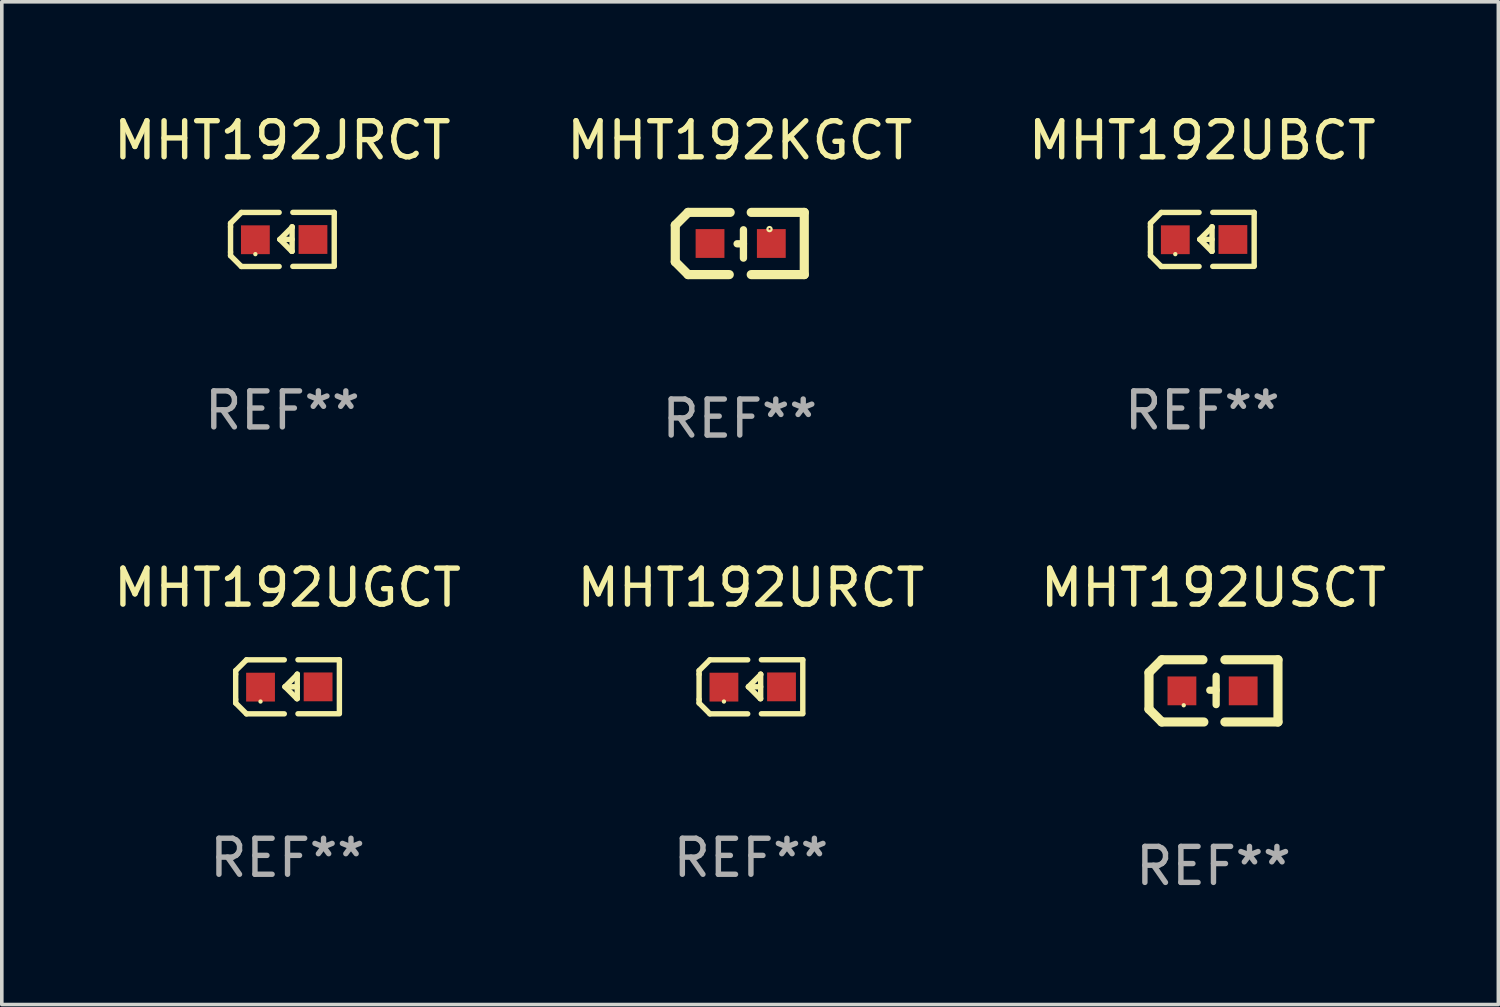
<source format=kicad_pcb>
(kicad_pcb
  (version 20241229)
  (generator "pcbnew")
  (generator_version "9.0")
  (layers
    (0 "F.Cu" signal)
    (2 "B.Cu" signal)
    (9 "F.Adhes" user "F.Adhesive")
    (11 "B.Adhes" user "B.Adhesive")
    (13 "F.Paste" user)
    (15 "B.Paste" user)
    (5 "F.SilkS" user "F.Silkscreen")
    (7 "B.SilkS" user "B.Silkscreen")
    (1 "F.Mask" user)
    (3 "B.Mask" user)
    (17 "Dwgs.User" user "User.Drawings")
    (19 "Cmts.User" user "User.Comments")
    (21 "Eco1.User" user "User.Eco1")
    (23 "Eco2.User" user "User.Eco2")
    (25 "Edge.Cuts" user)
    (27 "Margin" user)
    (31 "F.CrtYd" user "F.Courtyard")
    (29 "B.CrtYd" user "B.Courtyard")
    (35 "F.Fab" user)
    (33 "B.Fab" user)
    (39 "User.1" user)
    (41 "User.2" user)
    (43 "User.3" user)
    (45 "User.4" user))
  (footprint "MHT192UBCT"
    (layer "F.Cu")
    (at 30.339 3.599)
    (property "Reference" "MHT192UBCT" (at 0 -2.751 0) (layer "F.SilkS") (effects (font (size 1 1) (thickness 0.15))))
    (attr through_hole)
    (fp_line (start -1.44 -0.449) (end -1.14 -0.749) (stroke (width 0.15) (type solid)) (layer "F.SilkS"))
    (fp_line (start -1.44 -0.349) (end -1.44 -0.449) (stroke (width 0.15) (type solid)) (layer "F.SilkS"))
    (fp_line (start -1.44 -0.349) (end -1.44 0.351) (stroke (width 0.15) (type solid)) (layer "F.SilkS"))
    (fp_line (start -1.44 0.351) (end -1.44 0.451) (stroke (width 0.15) (type solid)) (layer "F.SilkS"))
    (fp_line (start -1.44 0.451) (end -1.14 0.751) (stroke (width 0.15) (type solid)) (layer "F.SilkS"))
    (fp_line (start -0.09 -0.749) (end -1.14 -0.749) (stroke (width 0.15) (type solid)) (layer "F.SilkS"))
    (fp_line (start -0.09 0.751) (end -1.14 0.751) (stroke (width 0.15) (type solid)) (layer "F.SilkS"))
    (fp_line (start 0.26 0.329) (end -0.07 -0.001) (stroke (width 0.15) (type solid)) (layer "F.SilkS"))
    (fp_line (start 0.27 -0.351) (end 0.27 -0.341) (stroke (width 0.15) (type solid)) (layer "F.SilkS"))
    (fp_line (start 0.27 -0.351) (end 0.27 0.329) (stroke (width 0.15) (type solid)) (layer "F.SilkS"))
    (fp_line (start 0.27 -0.341) (end -0.07 -0.001) (stroke (width 0.15) (type solid)) (layer "F.SilkS"))
    (fp_line (start 0.27 -0.001) (end -0.07 -0.001) (stroke (width 0.15) (type solid)) (layer "F.SilkS"))
    (fp_line (start 0.27 0.329) (end 0.26 0.329) (stroke (width 0.15) (type solid)) (layer "F.SilkS"))
    (fp_line (start 0.29 -0.751) (end 1.44 -0.751) (stroke (width 0.15) (type solid)) (layer "F.SilkS"))
    (fp_line (start 0.29 0.749) (end 1.44 0.749) (stroke (width 0.15) (type solid)) (layer "F.SilkS"))
    (fp_line (start 1.44 -0.751) (end 1.44 0.729) (stroke (width 0.15) (type solid)) (layer "F.SilkS"))
    (fp_circle (center -0.75 0.409) (end -0.72 0.409) (stroke (width 0.06) (type solid)) (fill no) (layer "F.SilkS"))
    (fp_text user "REF**" (at 0 4.751 0) (layer "F.Fab") (effects (font (size 1 1) (thickness 0.15))))
    (pad "1" smd rect (at -0.75 0.009 90) (size 0.8 0.8) (layers "F.Cu" "F.Mask" "F.Paste"))
    (pad "2" smd rect (at 0.849 0.002 90) (size 0.8 0.8) (layers "F.Cu" "F.Mask" "F.Paste")))
  (footprint "MHT192URCT"
    (layer "F.Cu")
    (at 17.804 16.023)
    (property "Reference" "MHT192URCT" (at 0 -2.751 0) (layer "F.SilkS") (effects (font (size 1 1) (thickness 0.15))))
    (attr through_hole)
    (fp_line (start -1.44 -0.449) (end -1.14 -0.749) (stroke (width 0.15) (type solid)) (layer "F.SilkS"))
    (fp_line (start -1.44 -0.349) (end -1.44 -0.449) (stroke (width 0.15) (type solid)) (layer "F.SilkS"))
    (fp_line (start -1.44 -0.349) (end -1.44 0.351) (stroke (width 0.15) (type solid)) (layer "F.SilkS"))
    (fp_line (start -1.44 0.351) (end -1.44 0.451) (stroke (width 0.15) (type solid)) (layer "F.SilkS"))
    (fp_line (start -1.44 0.451) (end -1.14 0.751) (stroke (width 0.15) (type solid)) (layer "F.SilkS"))
    (fp_line (start -0.09 -0.749) (end -1.14 -0.749) (stroke (width 0.15) (type solid)) (layer "F.SilkS"))
    (fp_line (start -0.09 0.751) (end -1.14 0.751) (stroke (width 0.15) (type solid)) (layer "F.SilkS"))
    (fp_line (start 0.26 0.329) (end -0.07 -0.001) (stroke (width 0.15) (type solid)) (layer "F.SilkS"))
    (fp_line (start 0.27 -0.351) (end 0.27 -0.341) (stroke (width 0.15) (type solid)) (layer "F.SilkS"))
    (fp_line (start 0.27 -0.351) (end 0.27 0.329) (stroke (width 0.15) (type solid)) (layer "F.SilkS"))
    (fp_line (start 0.27 -0.341) (end -0.07 -0.001) (stroke (width 0.15) (type solid)) (layer "F.SilkS"))
    (fp_line (start 0.27 -0.001) (end -0.07 -0.001) (stroke (width 0.15) (type solid)) (layer "F.SilkS"))
    (fp_line (start 0.27 0.329) (end 0.26 0.329) (stroke (width 0.15) (type solid)) (layer "F.SilkS"))
    (fp_line (start 0.29 -0.751) (end 1.44 -0.751) (stroke (width 0.15) (type solid)) (layer "F.SilkS"))
    (fp_line (start 0.29 0.749) (end 1.44 0.749) (stroke (width 0.15) (type solid)) (layer "F.SilkS"))
    (fp_line (start 1.44 -0.751) (end 1.44 0.729) (stroke (width 0.15) (type solid)) (layer "F.SilkS"))
    (fp_circle (center -0.75 0.409) (end -0.72 0.409) (stroke (width 0.06) (type solid)) (fill no) (layer "F.SilkS"))
    (fp_text user "REF**" (at 0 4.751 0) (layer "F.Fab") (effects (font (size 1 1) (thickness 0.15))))
    (pad "1" smd rect (at -0.75 0.009 90) (size 0.8 0.8) (layers "F.Cu" "F.Mask" "F.Paste"))
    (pad "2" smd rect (at 0.849 0.002 90) (size 0.8 0.8) (layers "F.Cu" "F.Mask" "F.Paste")))
  (footprint "MHT192UGCT"
    (layer "F.Cu")
    (at 4.935 16.023)
    (property "Reference" "MHT192UGCT" (at 0 -2.751 0) (layer "F.SilkS") (effects (font (size 1 1) (thickness 0.15))))
    (attr through_hole)
    (fp_line (start -1.44 -0.449) (end -1.14 -0.749) (stroke (width 0.15) (type solid)) (layer "F.SilkS"))
    (fp_line (start -1.44 -0.349) (end -1.44 -0.449) (stroke (width 0.15) (type solid)) (layer "F.SilkS"))
    (fp_line (start -1.44 -0.349) (end -1.44 0.351) (stroke (width 0.15) (type solid)) (layer "F.SilkS"))
    (fp_line (start -1.44 0.351) (end -1.44 0.451) (stroke (width 0.15) (type solid)) (layer "F.SilkS"))
    (fp_line (start -1.44 0.451) (end -1.14 0.751) (stroke (width 0.15) (type solid)) (layer "F.SilkS"))
    (fp_line (start -0.09 -0.749) (end -1.14 -0.749) (stroke (width 0.15) (type solid)) (layer "F.SilkS"))
    (fp_line (start -0.09 0.751) (end -1.14 0.751) (stroke (width 0.15) (type solid)) (layer "F.SilkS"))
    (fp_line (start 0.26 0.329) (end -0.07 -0.001) (stroke (width 0.15) (type solid)) (layer "F.SilkS"))
    (fp_line (start 0.27 -0.351) (end 0.27 -0.341) (stroke (width 0.15) (type solid)) (layer "F.SilkS"))
    (fp_line (start 0.27 -0.351) (end 0.27 0.329) (stroke (width 0.15) (type solid)) (layer "F.SilkS"))
    (fp_line (start 0.27 -0.341) (end -0.07 -0.001) (stroke (width 0.15) (type solid)) (layer "F.SilkS"))
    (fp_line (start 0.27 -0.001) (end -0.07 -0.001) (stroke (width 0.15) (type solid)) (layer "F.SilkS"))
    (fp_line (start 0.27 0.329) (end 0.26 0.329) (stroke (width 0.15) (type solid)) (layer "F.SilkS"))
    (fp_line (start 0.29 -0.751) (end 1.44 -0.751) (stroke (width 0.15) (type solid)) (layer "F.SilkS"))
    (fp_line (start 0.29 0.749) (end 1.44 0.749) (stroke (width 0.15) (type solid)) (layer "F.SilkS"))
    (fp_line (start 1.44 -0.751) (end 1.44 0.729) (stroke (width 0.15) (type solid)) (layer "F.SilkS"))
    (fp_circle (center -0.75 0.409) (end -0.72 0.409) (stroke (width 0.06) (type solid)) (fill no) (layer "F.SilkS"))
    (fp_text user "REF**" (at 0 4.751 0) (layer "F.Fab") (effects (font (size 1 1) (thickness 0.15))))
    (pad "1" smd rect (at -0.75 0.009 90) (size 0.8 0.8) (layers "F.Cu" "F.Mask" "F.Paste"))
    (pad "2" smd rect (at 0.849 0.002 90) (size 0.8 0.8) (layers "F.Cu" "F.Mask" "F.Paste")))
  (footprint "MHT192USCT"
    (layer "F.Cu")
    (at 30.649 16.136)
    (property "Reference" "MHT192USCT" (at 0 -2.864 0) (layer "F.SilkS") (effects (font (size 1 1) (thickness 0.15))))
    (attr through_hole)
    (fp_line (start -1.791 -0.508) (end -1.791 0.508) (stroke (width 0.254) (type solid)) (layer "F.SilkS"))
    (fp_line (start -1.791 0.508) (end -1.435 0.864) (stroke (width 0.254) (type solid)) (layer "F.SilkS"))
    (fp_line (start -1.435 -0.864) (end -1.791 -0.508) (stroke (width 0.254) (type solid)) (layer "F.SilkS"))
    (fp_line (start -0.292 -0.864) (end -1.435 -0.864) (stroke (width 0.254) (type solid)) (layer "F.SilkS"))
    (fp_line (start -0.267 0.864) (end -1.435 0.864) (stroke (width 0.254) (type solid)) (layer "F.SilkS"))
    (fp_line (start 0.074 -0.018) (end -0.102 -0.018) (stroke (width 0.203) (type solid)) (layer "F.SilkS"))
    (fp_line (start 0.074 0.381) (end 0.074 -0.406) (stroke (width 0.203) (type solid)) (layer "F.SilkS"))
    (fp_line (start 1.791 -0.864) (end 0.317 -0.864) (stroke (width 0.254) (type solid)) (layer "F.SilkS"))
    (fp_line (start 1.791 -0.864) (end 1.791 0.864) (stroke (width 0.254) (type solid)) (layer "F.SilkS"))
    (fp_line (start 1.791 0.864) (end 0.317 0.864) (stroke (width 0.254) (type solid)) (layer "F.SilkS"))
    (fp_circle (center -0.826 0.4) (end -0.796 0.4) (stroke (width 0.06) (type solid)) (fill no) (layer "F.SilkS"))
    (fp_text user "REF**" (at 0 4.864 0) (layer "F.Fab") (effects (font (size 1 1) (thickness 0.15))))
    (pad "1" smd rect (at -0.876 0.000114 270) (size 0.8 0.8) (layers "F.Cu" "F.Mask" "F.Paste"))
    (pad "2" smd rect (at 0.825 0.000114 270) (size 0.8 0.8) (layers "F.Cu" "F.Mask" "F.Paste")))
  (footprint "MHT192JRCT"
    (layer "F.Cu")
    (at 4.792 3.599)
    (property "Reference" "MHT192JRCT" (at 0 -2.751 0) (layer "F.SilkS") (effects (font (size 1 1) (thickness 0.15))))
    (attr through_hole)
    (fp_line (start -1.44 -0.449) (end -1.14 -0.749) (stroke (width 0.15) (type solid)) (layer "F.SilkS"))
    (fp_line (start -1.44 -0.349) (end -1.44 -0.449) (stroke (width 0.15) (type solid)) (layer "F.SilkS"))
    (fp_line (start -1.44 -0.349) (end -1.44 0.351) (stroke (width 0.15) (type solid)) (layer "F.SilkS"))
    (fp_line (start -1.44 0.351) (end -1.44 0.451) (stroke (width 0.15) (type solid)) (layer "F.SilkS"))
    (fp_line (start -1.44 0.451) (end -1.14 0.751) (stroke (width 0.15) (type solid)) (layer "F.SilkS"))
    (fp_line (start -0.09 -0.749) (end -1.14 -0.749) (stroke (width 0.15) (type solid)) (layer "F.SilkS"))
    (fp_line (start -0.09 0.751) (end -1.14 0.751) (stroke (width 0.15) (type solid)) (layer "F.SilkS"))
    (fp_line (start 0.26 0.329) (end -0.07 -0.001) (stroke (width 0.15) (type solid)) (layer "F.SilkS"))
    (fp_line (start 0.27 -0.351) (end 0.27 -0.341) (stroke (width 0.15) (type solid)) (layer "F.SilkS"))
    (fp_line (start 0.27 -0.351) (end 0.27 0.329) (stroke (width 0.15) (type solid)) (layer "F.SilkS"))
    (fp_line (start 0.27 -0.341) (end -0.07 -0.001) (stroke (width 0.15) (type solid)) (layer "F.SilkS"))
    (fp_line (start 0.27 -0.001) (end -0.07 -0.001) (stroke (width 0.15) (type solid)) (layer "F.SilkS"))
    (fp_line (start 0.27 0.329) (end 0.26 0.329) (stroke (width 0.15) (type solid)) (layer "F.SilkS"))
    (fp_line (start 0.29 -0.751) (end 1.44 -0.751) (stroke (width 0.15) (type solid)) (layer "F.SilkS"))
    (fp_line (start 0.29 0.749) (end 1.44 0.749) (stroke (width 0.15) (type solid)) (layer "F.SilkS"))
    (fp_line (start 1.44 -0.751) (end 1.44 0.729) (stroke (width 0.15) (type solid)) (layer "F.SilkS"))
    (fp_circle (center -0.75 0.409) (end -0.72 0.409) (stroke (width 0.06) (type solid)) (fill no) (layer "F.SilkS"))
    (fp_text user "REF**" (at 0 4.751 0) (layer "F.Fab") (effects (font (size 1 1) (thickness 0.15))))
    (pad "1" smd rect (at -0.75 0.009 90) (size 0.8 0.8) (layers "F.Cu" "F.Mask" "F.Paste"))
    (pad "2" smd rect (at 0.849 0.002 90) (size 0.8 0.8) (layers "F.Cu" "F.Mask" "F.Paste")))
  (footprint "MHT192KGCT"
    (layer "F.Cu")
    (at 17.494 3.712)
    (property "Reference" "MHT192KGCT" (at 0 -2.864 0) (layer "F.SilkS") (effects (font (size 1 1) (thickness 0.15))))
    (attr through_hole)
    (fp_line (start -1.791 -0.508) (end -1.435 -0.864) (stroke (width 0.254) (type solid)) (layer "F.SilkS"))
    (fp_line (start -1.791 0.508) (end -1.791 -0.508) (stroke (width 0.254) (type solid)) (layer "F.SilkS"))
    (fp_line (start -1.435 0.864) (end -1.791 0.508) (stroke (width 0.254) (type solid)) (layer "F.SilkS"))
    (fp_line (start -0.292 0.864) (end -1.435 0.864) (stroke (width 0.254) (type solid)) (layer "F.SilkS"))
    (fp_line (start -0.267 -0.864) (end -1.435 -0.864) (stroke (width 0.254) (type solid)) (layer "F.SilkS"))
    (fp_line (start 0.102 0.008) (end -0.074 0.008) (stroke (width 0.203) (type solid)) (layer "F.SilkS"))
    (fp_line (start 0.102 0.406) (end 0.102 -0.381) (stroke (width 0.203) (type solid)) (layer "F.SilkS"))
    (fp_line (start 1.791 -0.864) (end 0.318 -0.864) (stroke (width 0.254) (type solid)) (layer "F.SilkS"))
    (fp_line (start 1.791 0.864) (end 0.318 0.864) (stroke (width 0.254) (type solid)) (layer "F.SilkS"))
    (fp_line (start 1.791 0.864) (end 1.791 -0.864) (stroke (width 0.254) (type solid)) (layer "F.SilkS"))
    (fp_circle (center 0.826 -0.4) (end 0.855 -0.4) (stroke (width 0.06) (type solid)) (fill no) (layer "F.SilkS"))
    (fp_text user "REF**" (at 0 4.864 0) (layer "F.Fab") (effects (font (size 1 1) (thickness 0.15))))
    (pad "1" smd rect (at 0.876 0.000127 90) (size 0.8 0.8) (layers "F.Cu" "F.Mask" "F.Paste"))
    (pad "2" smd rect (at -0.826 0.000127 90) (size 0.8 0.8) (layers "F.Cu" "F.Mask" "F.Paste")))
  (gr_rect
    (start -3 -3)
    (end 38.56 24.847)
    (stroke (width 0.1) (type default))
    (fill no)
    (layer "Edge.Cuts")))
</source>
